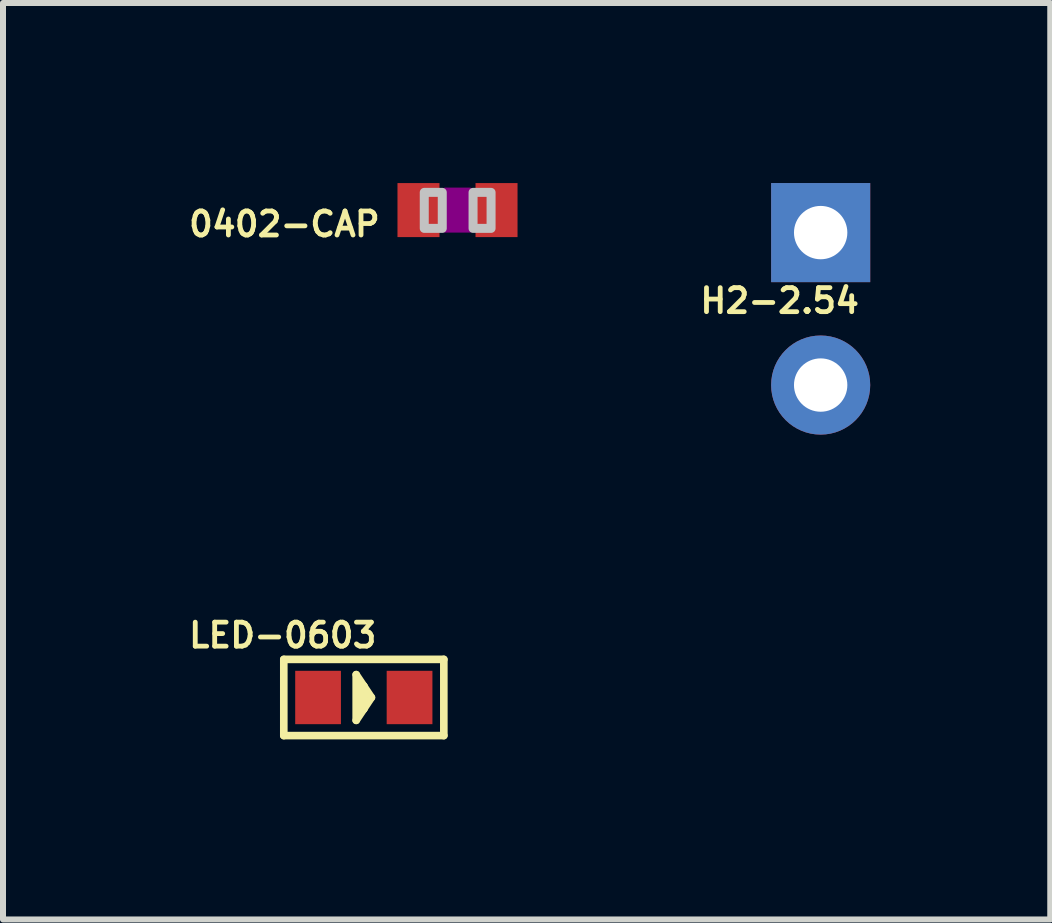
<source format=kicad_pcb>
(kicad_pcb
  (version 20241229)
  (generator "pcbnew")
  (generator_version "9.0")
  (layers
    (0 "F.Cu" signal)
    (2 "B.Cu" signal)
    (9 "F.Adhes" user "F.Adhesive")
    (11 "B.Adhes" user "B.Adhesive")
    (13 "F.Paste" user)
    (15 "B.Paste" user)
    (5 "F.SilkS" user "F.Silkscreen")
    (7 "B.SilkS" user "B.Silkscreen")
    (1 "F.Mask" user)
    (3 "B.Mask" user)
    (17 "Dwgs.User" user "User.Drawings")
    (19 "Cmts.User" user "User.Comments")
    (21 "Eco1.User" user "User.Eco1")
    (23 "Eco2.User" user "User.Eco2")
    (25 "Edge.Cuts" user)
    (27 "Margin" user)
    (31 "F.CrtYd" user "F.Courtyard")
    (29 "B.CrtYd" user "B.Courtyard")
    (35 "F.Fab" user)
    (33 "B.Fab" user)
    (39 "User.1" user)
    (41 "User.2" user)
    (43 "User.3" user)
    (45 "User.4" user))
  (footprint "0402-CAP"
    (layer "F.Cu")
    (at 4.572 0.45)
    (property "Reference" "0402-CAP" (at -1.25 0 0) (layer "F.SilkS") (effects (font (size 0.4 0.4) (thickness 0.08)) (justify right top)))
    (attr smd)
    (fp_poly (pts (xy -0.2 0.3) (xy 0.2 0.3) (xy 0.2 -0.3) (xy -0.2 -0.3)) (stroke (width 0.15) (type solid)) (fill yes) (layer "F.Adhes"))
    (fp_poly (pts (xy -0.554 0.305) (xy -0.254 0.305) (xy -0.254 -0.295) (xy -0.554 -0.295)) (stroke (width 0.15) (type solid)) (fill no) (layer "Dwgs.User"))
    (fp_poly (pts (xy 0.259 0.305) (xy 0.559 0.305) (xy 0.559 -0.295) (xy 0.259 -0.295)) (stroke (width 0.15) (type solid)) (fill no) (layer "Dwgs.User"))
    (pad "1" smd rect (at -0.65 0) (size 0.7 0.9) (layers "F.Cu" "F.Mask" "F.Paste"))
    (pad "2" smd rect (at 0.65 0) (size 0.7 0.9) (layers "F.Cu" "F.Mask" "F.Paste")))
  (footprint "H2-2.54"
    (layer "F.Cu")
    (at 10.622 2.095)
    (property "Reference" "H2-2.54" (at -2.05 0.1 180) (layer "F.SilkS") (effects (font (size 0.4 0.4) (thickness 0.08)) (justify left bottom)))
    (attr through_hole)
    (pad "1" thru_hole rect (at 0 -1.27) (size 1.651 1.651) (drill 0.889) (layers "*.Cu" "*.Mask"))
    (pad "2" thru_hole circle (at 0 1.27) (size 1.651 1.651) (drill 0.889) (layers "*.Cu" "*.Mask")))
  (footprint "LED-0603"
    (layer "F.Cu")
    (at 3.011 8.57)
    (property "Reference" "LED-0603" (at 0.254 -1.27 180) (layer "F.SilkS") (effects (font (size 0.4 0.4) (thickness 0.08)) (justify right top)))
    (attr through_hole)
    (fp_line (start -1.333 -0.635) (end 1.333 -0.635) (stroke (width 0.127) (type solid)) (layer "F.SilkS"))
    (fp_line (start -1.333 0.635) (end -1.333 -0.635) (stroke (width 0.127) (type solid)) (layer "F.SilkS"))
    (fp_line (start -0.127 -0.381) (end -0.127 0.381) (stroke (width 0.127) (type solid)) (layer "F.SilkS"))
    (fp_line (start -0.127 0.381) (end 0 0.191) (stroke (width 0.127) (type solid)) (layer "F.SilkS"))
    (fp_line (start -0.064 -0.254) (end -0.064 0.254) (stroke (width 0.127) (type solid)) (layer "F.SilkS"))
    (fp_line (start 0 -0.191) (end -0.127 -0.381) (stroke (width 0.127) (type solid)) (layer "F.SilkS"))
    (fp_line (start 0 -0.191) (end 0 0.191) (stroke (width 0.127) (type solid)) (layer "F.SilkS"))
    (fp_line (start 0 0.191) (end 0.127 0) (stroke (width 0.127) (type solid)) (layer "F.SilkS"))
    (fp_line (start 0.127 0) (end 0 -0.191) (stroke (width 0.127) (type solid)) (layer "F.SilkS"))
    (fp_line (start 1.333 -0.635) (end 1.333 0.635) (stroke (width 0.127) (type solid)) (layer "F.SilkS"))
    (fp_line (start 1.333 0.635) (end -1.333 0.635) (stroke (width 0.127) (type solid)) (layer "F.SilkS"))
    (pad "+" smd rect (at -0.762 0) (size 0.762 0.889) (layers "F.Cu" "F.Mask" "F.Paste"))
    (pad "-" smd rect (at 0.762 0) (size 0.762 0.889) (layers "F.Cu" "F.Mask" "F.Paste")))
  (gr_rect
    (start -3 -3)
    (end 14.447 12.268)
    (stroke (width 0.1) (type default))
    (fill no)
    (layer "Edge.Cuts")))
</source>
